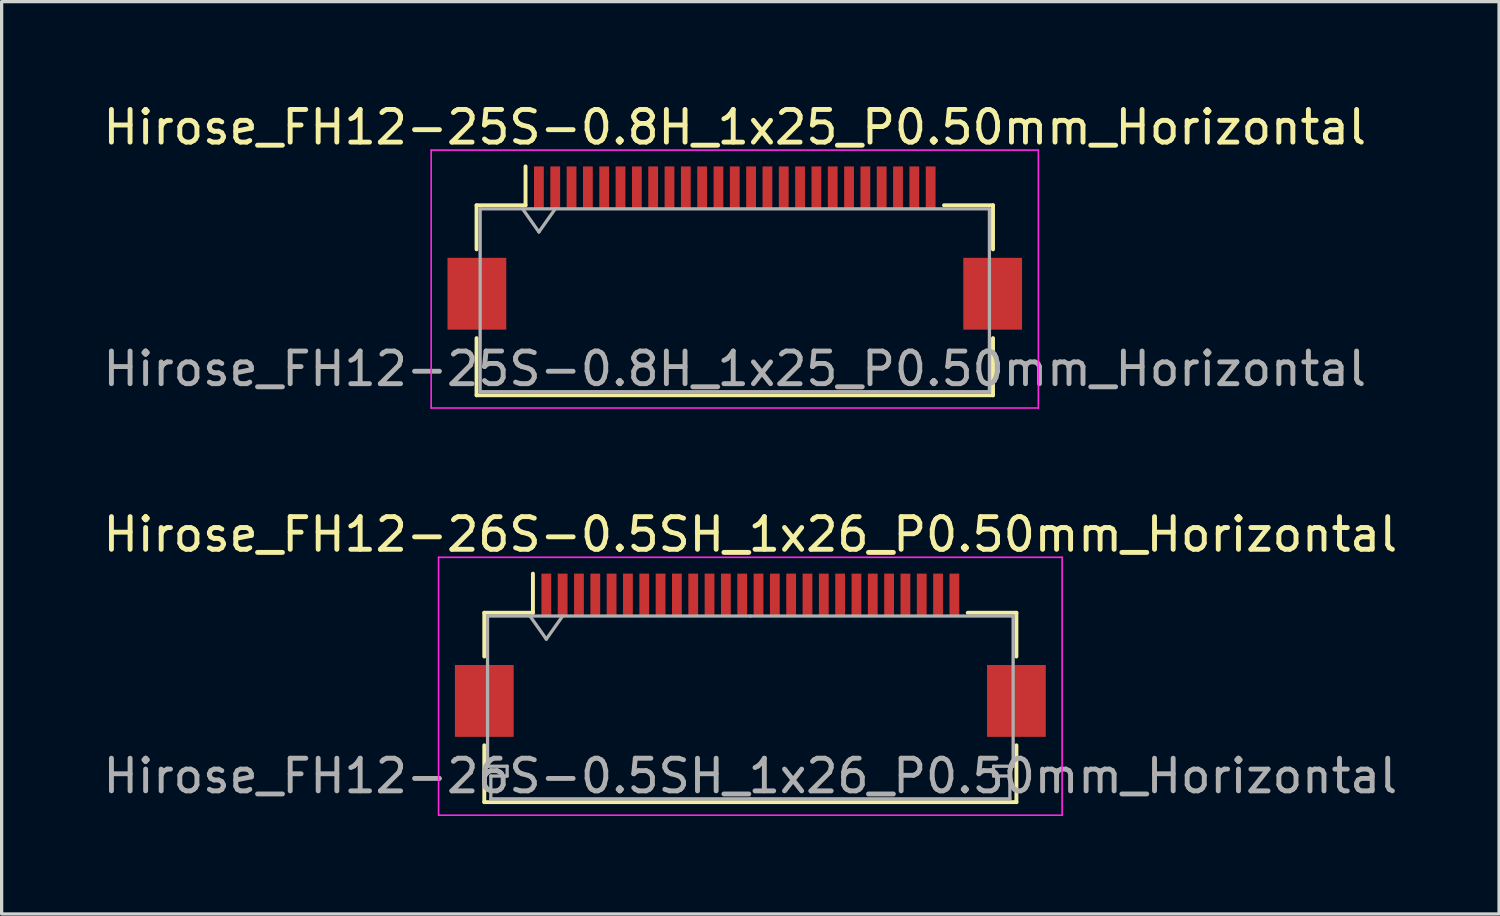
<source format=kicad_pcb>
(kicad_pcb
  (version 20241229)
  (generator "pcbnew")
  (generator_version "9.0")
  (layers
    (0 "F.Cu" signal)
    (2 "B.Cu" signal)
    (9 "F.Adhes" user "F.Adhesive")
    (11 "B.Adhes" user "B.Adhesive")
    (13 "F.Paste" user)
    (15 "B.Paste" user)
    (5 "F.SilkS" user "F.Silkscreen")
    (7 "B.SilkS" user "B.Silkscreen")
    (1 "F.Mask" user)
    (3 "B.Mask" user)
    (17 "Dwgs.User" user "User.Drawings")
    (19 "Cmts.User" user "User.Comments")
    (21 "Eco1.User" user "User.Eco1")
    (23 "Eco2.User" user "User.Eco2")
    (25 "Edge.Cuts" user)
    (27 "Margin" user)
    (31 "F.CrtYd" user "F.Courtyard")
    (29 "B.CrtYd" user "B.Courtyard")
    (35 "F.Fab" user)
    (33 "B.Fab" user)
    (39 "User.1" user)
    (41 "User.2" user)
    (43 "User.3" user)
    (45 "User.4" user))
  (footprint "Hirose_FH12-25S-0.8H_1x25_P0.50mm_Horizontal"
    (layer "F.Cu")
    (at 19.458 4.548)
    (property "Reference" "Hirose_FH12-25S-0.8H_1x25_P0.50mm_Horizontal" (at 0 -3.7 0) (layer "F.SilkS") (effects (font (size 1 1) (thickness 0.15))))
    (attr smd)
    (fp_line (start -7.91 -1.31) (end -6.41 -1.31) (stroke (width 0.12) (type solid)) (layer "F.SilkS"))
    (fp_line (start -7.91 0.04) (end -7.91 -1.31) (stroke (width 0.12) (type solid)) (layer "F.SilkS"))
    (fp_line (start -7.91 2.76) (end -7.91 4.51) (stroke (width 0.12) (type solid)) (layer "F.SilkS"))
    (fp_line (start -7.91 4.51) (end 7.91 4.51) (stroke (width 0.12) (type solid)) (layer "F.SilkS"))
    (fp_line (start -6.41 -1.31) (end -6.41 -2.5) (stroke (width 0.12) (type solid)) (layer "F.SilkS"))
    (fp_line (start 7.91 -1.31) (end 6.41 -1.31) (stroke (width 0.12) (type solid)) (layer "F.SilkS"))
    (fp_line (start 7.91 0.04) (end 7.91 -1.31) (stroke (width 0.12) (type solid)) (layer "F.SilkS"))
    (fp_line (start 7.91 4.51) (end 7.91 2.76) (stroke (width 0.12) (type solid)) (layer "F.SilkS"))
    (fp_line (start -9.3 -3) (end -9.3 4.9) (stroke (width 0.05) (type solid)) (layer "F.CrtYd"))
    (fp_line (start -9.3 4.9) (end 9.3 4.9) (stroke (width 0.05) (type solid)) (layer "F.CrtYd"))
    (fp_line (start 9.3 -3) (end -9.3 -3) (stroke (width 0.05) (type solid)) (layer "F.CrtYd"))
    (fp_line (start 9.3 4.9) (end 9.3 -3) (stroke (width 0.05) (type solid)) (layer "F.CrtYd"))
    (fp_line (start -7.8 -1.2) (end -7.8 4.4) (stroke (width 0.1) (type solid)) (layer "F.Fab"))
    (fp_line (start -7.8 -1.2) (end 7.8 -1.2) (stroke (width 0.1) (type solid)) (layer "F.Fab"))
    (fp_line (start -7.8 4.4) (end 7.8 4.4) (stroke (width 0.1) (type solid)) (layer "F.Fab"))
    (fp_line (start -6.5 -1.2) (end -6 -0.493) (stroke (width 0.1) (type solid)) (layer "F.Fab"))
    (fp_line (start -6 -0.493) (end -5.5 -1.2) (stroke (width 0.1) (type solid)) (layer "F.Fab"))
    (fp_line (start 7.8 -1.2) (end 7.8 4.4) (stroke (width 0.1) (type solid)) (layer "F.Fab"))
    (fp_text user "${REFERENCE}" (at 0 3.7 0) (layer "F.Fab") (effects (font (size 1 1) (thickness 0.15))))
    (pad "" smd rect (at -7.9 1.4) (size 1.8 2.2) (layers "F.Cu" "F.Mask" "F.Paste"))
    (pad "" smd rect (at 7.9 1.4) (size 1.8 2.2) (layers "F.Cu" "F.Mask" "F.Paste"))
    (pad "1" smd rect (at -6 -1.85) (size 0.3 1.3) (layers "F.Cu" "F.Mask" "F.Paste"))
    (pad "2" smd rect (at -5.5 -1.85) (size 0.3 1.3) (layers "F.Cu" "F.Mask" "F.Paste"))
    (pad "3" smd rect (at -5 -1.85) (size 0.3 1.3) (layers "F.Cu" "F.Mask" "F.Paste"))
    (pad "4" smd rect (at -4.5 -1.85) (size 0.3 1.3) (layers "F.Cu" "F.Mask" "F.Paste"))
    (pad "5" smd rect (at -4 -1.85) (size 0.3 1.3) (layers "F.Cu" "F.Mask" "F.Paste"))
    (pad "6" smd rect (at -3.5 -1.85) (size 0.3 1.3) (layers "F.Cu" "F.Mask" "F.Paste"))
    (pad "7" smd rect (at -3 -1.85) (size 0.3 1.3) (layers "F.Cu" "F.Mask" "F.Paste"))
    (pad "8" smd rect (at -2.5 -1.85) (size 0.3 1.3) (layers "F.Cu" "F.Mask" "F.Paste"))
    (pad "9" smd rect (at -2 -1.85) (size 0.3 1.3) (layers "F.Cu" "F.Mask" "F.Paste"))
    (pad "10" smd rect (at -1.5 -1.85) (size 0.3 1.3) (layers "F.Cu" "F.Mask" "F.Paste"))
    (pad "11" smd rect (at -1 -1.85) (size 0.3 1.3) (layers "F.Cu" "F.Mask" "F.Paste"))
    (pad "12" smd rect (at -0.5 -1.85) (size 0.3 1.3) (layers "F.Cu" "F.Mask" "F.Paste"))
    (pad "13" smd rect (at 0 -1.85) (size 0.3 1.3) (layers "F.Cu" "F.Mask" "F.Paste"))
    (pad "14" smd rect (at 0.5 -1.85) (size 0.3 1.3) (layers "F.Cu" "F.Mask" "F.Paste"))
    (pad "15" smd rect (at 1 -1.85) (size 0.3 1.3) (layers "F.Cu" "F.Mask" "F.Paste"))
    (pad "16" smd rect (at 1.5 -1.85) (size 0.3 1.3) (layers "F.Cu" "F.Mask" "F.Paste"))
    (pad "17" smd rect (at 2 -1.85) (size 0.3 1.3) (layers "F.Cu" "F.Mask" "F.Paste"))
    (pad "18" smd rect (at 2.5 -1.85) (size 0.3 1.3) (layers "F.Cu" "F.Mask" "F.Paste"))
    (pad "19" smd rect (at 3 -1.85) (size 0.3 1.3) (layers "F.Cu" "F.Mask" "F.Paste"))
    (pad "20" smd rect (at 3.5 -1.85) (size 0.3 1.3) (layers "F.Cu" "F.Mask" "F.Paste"))
    (pad "21" smd rect (at 4 -1.85) (size 0.3 1.3) (layers "F.Cu" "F.Mask" "F.Paste"))
    (pad "22" smd rect (at 4.5 -1.85) (size 0.3 1.3) (layers "F.Cu" "F.Mask" "F.Paste"))
    (pad "23" smd rect (at 5 -1.85) (size 0.3 1.3) (layers "F.Cu" "F.Mask" "F.Paste"))
    (pad "24" smd rect (at 5.5 -1.85) (size 0.3 1.3) (layers "F.Cu" "F.Mask" "F.Paste"))
    (pad "25" smd rect (at 6 -1.85) (size 0.3 1.3) (layers "F.Cu" "F.Mask" "F.Paste")))
  (footprint "Hirose_FH12-26S-0.5SH_1x26_P0.50mm_Horizontal"
    (layer "F.Cu")
    (at 19.935 17.021)
    (property "Reference" "Hirose_FH12-26S-0.5SH_1x26_P0.50mm_Horizontal" (at 0 -3.7 0) (layer "F.SilkS") (effects (font (size 1 1) (thickness 0.15))))
    (attr smd)
    (fp_line (start -8.15 -1.3) (end -8.15 0.04) (stroke (width 0.12) (type solid)) (layer "F.SilkS"))
    (fp_line (start -8.15 2.76) (end -8.15 4.5) (stroke (width 0.12) (type solid)) (layer "F.SilkS"))
    (fp_line (start -8.15 4.5) (end 8.15 4.5) (stroke (width 0.12) (type solid)) (layer "F.SilkS"))
    (fp_line (start -6.66 -1.3) (end -8.15 -1.3) (stroke (width 0.12) (type solid)) (layer "F.SilkS"))
    (fp_line (start -6.66 -1.3) (end -6.66 -2.5) (stroke (width 0.12) (type solid)) (layer "F.SilkS"))
    (fp_line (start 6.66 -1.3) (end 8.15 -1.3) (stroke (width 0.12) (type solid)) (layer "F.SilkS"))
    (fp_line (start 8.15 -1.3) (end 8.15 0.04) (stroke (width 0.12) (type solid)) (layer "F.SilkS"))
    (fp_line (start 8.15 4.5) (end 8.15 2.76) (stroke (width 0.12) (type solid)) (layer "F.SilkS"))
    (fp_line (start -9.55 -3) (end -9.55 4.9) (stroke (width 0.05) (type solid)) (layer "F.CrtYd"))
    (fp_line (start -9.55 4.9) (end 9.55 4.9) (stroke (width 0.05) (type solid)) (layer "F.CrtYd"))
    (fp_line (start 9.55 -3) (end -9.55 -3) (stroke (width 0.05) (type solid)) (layer "F.CrtYd"))
    (fp_line (start 9.55 4.9) (end 9.55 -3) (stroke (width 0.05) (type solid)) (layer "F.CrtYd"))
    (fp_line (start -8.05 -1.2) (end -8.05 3.4) (stroke (width 0.1) (type solid)) (layer "F.Fab"))
    (fp_line (start -8.05 3.4) (end -7.45 3.4) (stroke (width 0.1) (type solid)) (layer "F.Fab"))
    (fp_line (start -7.95 3.7) (end -7.95 4.4) (stroke (width 0.1) (type solid)) (layer "F.Fab"))
    (fp_line (start -7.95 4.4) (end 0 4.4) (stroke (width 0.1) (type solid)) (layer "F.Fab"))
    (fp_line (start -7.45 3.4) (end -7.45 3.7) (stroke (width 0.1) (type solid)) (layer "F.Fab"))
    (fp_line (start -7.45 3.7) (end -7.95 3.7) (stroke (width 0.1) (type solid)) (layer "F.Fab"))
    (fp_line (start -6.75 -1.2) (end -6.25 -0.493) (stroke (width 0.1) (type solid)) (layer "F.Fab"))
    (fp_line (start -6.25 -0.493) (end -5.75 -1.2) (stroke (width 0.1) (type solid)) (layer "F.Fab"))
    (fp_line (start 0 -1.2) (end -8.05 -1.2) (stroke (width 0.1) (type solid)) (layer "F.Fab"))
    (fp_line (start 0 -1.2) (end 8.05 -1.2) (stroke (width 0.1) (type solid)) (layer "F.Fab"))
    (fp_line (start 7.45 3.4) (end 7.45 3.7) (stroke (width 0.1) (type solid)) (layer "F.Fab"))
    (fp_line (start 7.45 3.7) (end 7.95 3.7) (stroke (width 0.1) (type solid)) (layer "F.Fab"))
    (fp_line (start 7.95 3.7) (end 7.95 4.4) (stroke (width 0.1) (type solid)) (layer "F.Fab"))
    (fp_line (start 7.95 4.4) (end 0 4.4) (stroke (width 0.1) (type solid)) (layer "F.Fab"))
    (fp_line (start 8.05 -1.2) (end 8.05 3.4) (stroke (width 0.1) (type solid)) (layer "F.Fab"))
    (fp_line (start 8.05 3.4) (end 7.45 3.4) (stroke (width 0.1) (type solid)) (layer "F.Fab"))
    (fp_text user "${REFERENCE}" (at 0 3.7 0) (layer "F.Fab") (effects (font (size 1 1) (thickness 0.15))))
    (pad "" smd rect (at -8.15 1.4) (size 1.8 2.2) (layers "F.Cu" "F.Mask" "F.Paste"))
    (pad "" smd rect (at 8.15 1.4) (size 1.8 2.2) (layers "F.Cu" "F.Mask" "F.Paste"))
    (pad "1" smd rect (at -6.25 -1.85) (size 0.3 1.3) (layers "F.Cu" "F.Mask" "F.Paste"))
    (pad "2" smd rect (at -5.75 -1.85) (size 0.3 1.3) (layers "F.Cu" "F.Mask" "F.Paste"))
    (pad "3" smd rect (at -5.25 -1.85) (size 0.3 1.3) (layers "F.Cu" "F.Mask" "F.Paste"))
    (pad "4" smd rect (at -4.75 -1.85) (size 0.3 1.3) (layers "F.Cu" "F.Mask" "F.Paste"))
    (pad "5" smd rect (at -4.25 -1.85) (size 0.3 1.3) (layers "F.Cu" "F.Mask" "F.Paste"))
    (pad "6" smd rect (at -3.75 -1.85) (size 0.3 1.3) (layers "F.Cu" "F.Mask" "F.Paste"))
    (pad "7" smd rect (at -3.25 -1.85) (size 0.3 1.3) (layers "F.Cu" "F.Mask" "F.Paste"))
    (pad "8" smd rect (at -2.75 -1.85) (size 0.3 1.3) (layers "F.Cu" "F.Mask" "F.Paste"))
    (pad "9" smd rect (at -2.25 -1.85) (size 0.3 1.3) (layers "F.Cu" "F.Mask" "F.Paste"))
    (pad "10" smd rect (at -1.75 -1.85) (size 0.3 1.3) (layers "F.Cu" "F.Mask" "F.Paste"))
    (pad "11" smd rect (at -1.25 -1.85) (size 0.3 1.3) (layers "F.Cu" "F.Mask" "F.Paste"))
    (pad "12" smd rect (at -0.75 -1.85) (size 0.3 1.3) (layers "F.Cu" "F.Mask" "F.Paste"))
    (pad "13" smd rect (at -0.25 -1.85) (size 0.3 1.3) (layers "F.Cu" "F.Mask" "F.Paste"))
    (pad "14" smd rect (at 0.25 -1.85) (size 0.3 1.3) (layers "F.Cu" "F.Mask" "F.Paste"))
    (pad "15" smd rect (at 0.75 -1.85) (size 0.3 1.3) (layers "F.Cu" "F.Mask" "F.Paste"))
    (pad "16" smd rect (at 1.25 -1.85) (size 0.3 1.3) (layers "F.Cu" "F.Mask" "F.Paste"))
    (pad "17" smd rect (at 1.75 -1.85) (size 0.3 1.3) (layers "F.Cu" "F.Mask" "F.Paste"))
    (pad "18" smd rect (at 2.25 -1.85) (size 0.3 1.3) (layers "F.Cu" "F.Mask" "F.Paste"))
    (pad "19" smd rect (at 2.75 -1.85) (size 0.3 1.3) (layers "F.Cu" "F.Mask" "F.Paste"))
    (pad "20" smd rect (at 3.25 -1.85) (size 0.3 1.3) (layers "F.Cu" "F.Mask" "F.Paste"))
    (pad "21" smd rect (at 3.75 -1.85) (size 0.3 1.3) (layers "F.Cu" "F.Mask" "F.Paste"))
    (pad "22" smd rect (at 4.25 -1.85) (size 0.3 1.3) (layers "F.Cu" "F.Mask" "F.Paste"))
    (pad "23" smd rect (at 4.75 -1.85) (size 0.3 1.3) (layers "F.Cu" "F.Mask" "F.Paste"))
    (pad "24" smd rect (at 5.25 -1.85) (size 0.3 1.3) (layers "F.Cu" "F.Mask" "F.Paste"))
    (pad "25" smd rect (at 5.75 -1.85) (size 0.3 1.3) (layers "F.Cu" "F.Mask" "F.Paste"))
    (pad "26" smd rect (at 6.25 -1.85) (size 0.3 1.3) (layers "F.Cu" "F.Mask" "F.Paste")))
  (gr_rect
    (start -3 -3)
    (end 42.869 24.947)
    (stroke (width 0.1) (type default))
    (fill no)
    (layer "Edge.Cuts")))
</source>
